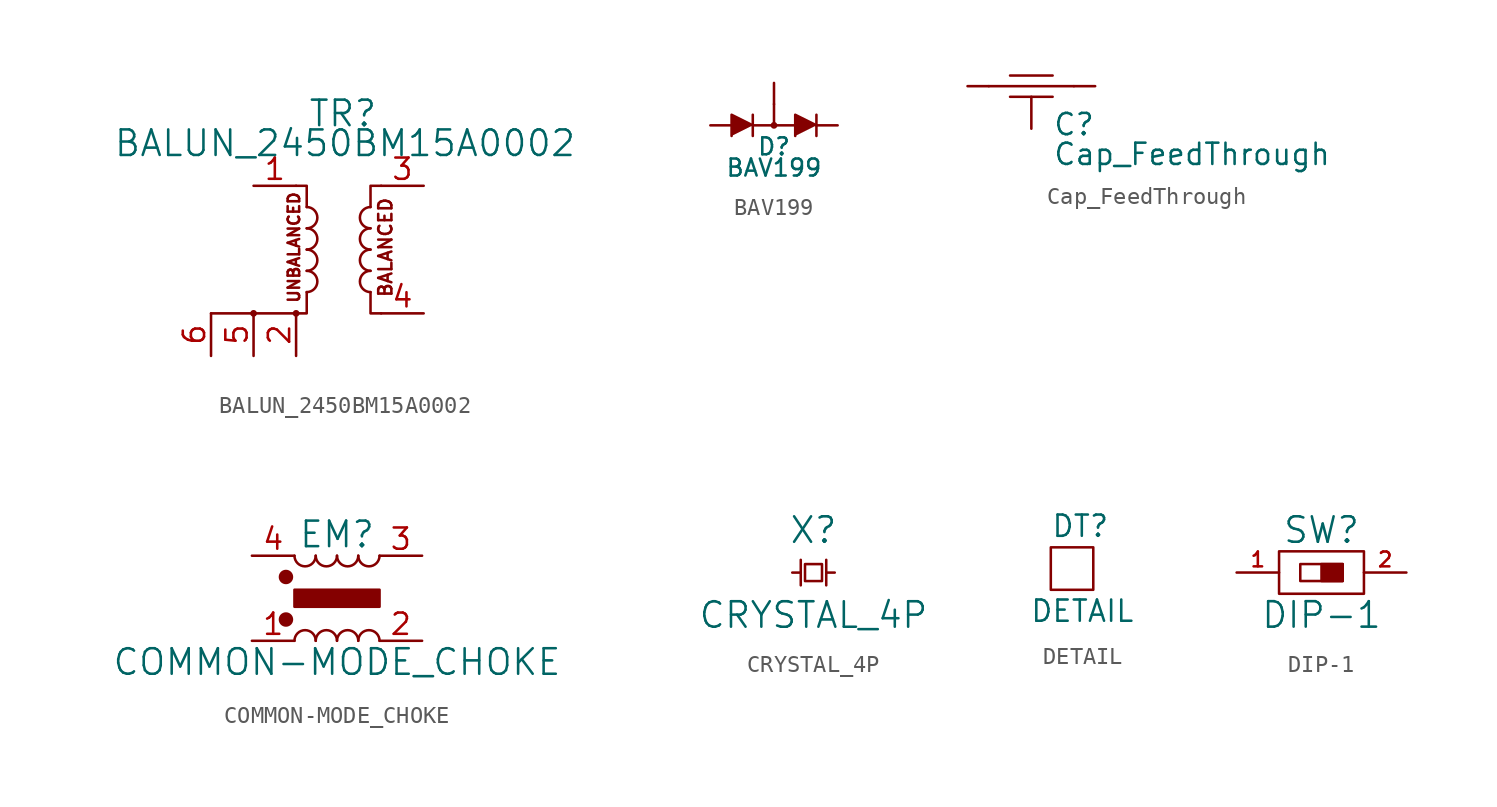
<source format=kicad_sym>
(kicad_symbol_lib
  (version 20220914)
  (generator kicad_symbol_editor)
  (symbol "BALUN_2450BM15A0002"
    (pin_names
      (offset 1.016))
    (property "Reference" "TR"
      (at 0.254 8.128 0)
      (effects (font (size 1.524 1.524))))
    (property "Value" "BALUN_2450BM15A0002"
      (at 0.381 6.35 0)
      (effects (font (size 1.524 1.524))))
    (property "Footprint" ""
      (at 0 0 0)
      (effects (font (size 1.524 1.524))))
    (property "Datasheet" ""
      (at 0 0 0)
      (effects (font (size 1.524 1.524))))
    (symbol "BALUN_2450BM15A0002_0_0"
      (text "BALANCED" (at 2.794 0.127 900) (effects (font (size 0.787 0.787)))))
    (symbol "BALUN_2450BM15A0002_0_1"
      (circle (center -5.08 -3.81) (radius 0.127) (stroke (width 0) (type solid)) (fill (type none)))
      (circle (center -2.54 -3.81) (radius 0.127) (stroke (width 0) (type solid)) (fill (type none)))
      (arc (start -1.905 -2.54) (mid -1.2727 -1.905) (end -1.905 -1.27) (stroke (width 0) (type solid)) (fill (type none)))
      (arc (start -1.905 -1.27) (mid -1.2727 -0.635) (end -1.905 0) (stroke (width 0) (type solid)) (fill (type none)))
      (arc (start -1.905 0) (mid -1.2727 0.635) (end -1.905 1.27) (stroke (width 0) (type solid)) (fill (type none)))
      (arc (start -1.905 1.27) (mid -1.2727 1.905) (end -1.905 2.54) (stroke (width 0) (type solid)) (fill (type none)))
      (polyline (pts (xy -2.54 -3.81) (xy -7.62 -3.81)) (stroke (width 0) (type solid)) (fill (type none)))
      (polyline (pts (xy -1.905 -2.54) (xy -1.905 -3.81) (xy -2.54 -3.81) (xy -2.54 -3.81)) (stroke (width 0) (type solid)) (fill (type none)))
      (polyline (pts (xy -1.905 2.54) (xy -1.905 3.81) (xy -2.54 3.81) (xy -2.54 3.81)) (stroke (width 0) (type solid)) (fill (type none)))
      (polyline (pts (xy 1.905 -2.54) (xy 1.905 -3.81) (xy 2.54 -3.81) (xy 2.54 -3.81)) (stroke (width 0) (type solid)) (fill (type none)))
      (polyline (pts (xy 1.905 2.54) (xy 1.905 3.81) (xy 2.54 3.81) (xy 2.54 3.81)) (stroke (width 0) (type solid)) (fill (type none)))
      (arc (start 1.905 -1.27) (mid 1.2727 -1.905) (end 1.905 -2.54) (stroke (width 0) (type solid)) (fill (type none)))
      (arc (start 1.905 0) (mid 1.2727 -0.635) (end 1.905 -1.27) (stroke (width 0) (type solid)) (fill (type none)))
      (arc (start 1.905 1.27) (mid 1.2727 0.635) (end 1.905 0) (stroke (width 0) (type solid)) (fill (type none)))
      (arc (start 1.905 2.54) (mid 1.2727 1.905) (end 1.905 1.27) (stroke (width 0) (type solid)) (fill (type none))))
    (symbol "BALUN_2450BM15A0002_1_0"
      (text "UNBALANCED" (at -2.667 0.127 900) (effects (font (size 0.686 0.686)))))
    (symbol "BALUN_2450BM15A0002_1_1"
      (pin input line (at -5.08 3.81 0) (length 2.54) (name "~" (effects (font (size 1.27 1.27)))) (number "1" (effects (font (size 1.27 1.27)))))
      (pin input line (at -2.54 -6.35 90) (length 2.54) (name "~" (effects (font (size 1.27 1.27)))) (number "2" (effects (font (size 1.27 1.27)))))
      (pin input line (at 5.08 3.81 180) (length 2.54) (name "~" (effects (font (size 1.27 1.27)))) (number "3" (effects (font (size 1.27 1.27)))))
      (pin input line (at 5.08 -3.81 180) (length 2.54) (name "~" (effects (font (size 1.27 1.27)))) (number "4" (effects (font (size 1.27 1.27)))))
      (pin input line (at -5.08 -6.35 90) (length 2.54) (name "~" (effects (font (size 1.27 1.27)))) (number "5" (effects (font (size 1.27 1.27)))))
      (pin input line (at -7.62 -6.35 90) (length 2.54) (name "~" (effects (font (size 1.27 1.27)))) (number "6" (effects (font (size 1.27 1.27)))))))
  (symbol "BAV199"
    (pin_numbers hide)
    (pin_names
      (offset 1.016) hide)
    (property "Reference" "D"
      (at 0 -1.27 0)
      (effects (font (size 1.016 1.016))))
    (property "Value" "BAV199"
      (at 0 -2.54 0)
      (effects (font (size 1.016 1.016))))
    (property "Footprint" ""
      (at 0 0 0)
      (effects (font (size 1.524 1.524))))
    (property "Datasheet" ""
      (at 0 0 0)
      (effects (font (size 1.524 1.524))))
    (symbol "BAV199_0_1"
      (polyline (pts (xy -1.27 0) (xy 1.27 0)) (stroke (width 0) (type solid)) (fill (type none)))
      (polyline (pts (xy 0 1.27) (xy 0 0)) (stroke (width 0) (type solid)) (fill (type none)))
      (polyline (pts (xy -1.27 -0.635) (xy -1.27 0.635) (xy -1.27 0.635)) (stroke (width 0) (type solid)) (fill (type none)))
      (polyline (pts (xy 2.54 -0.635) (xy 2.54 0.635) (xy 2.54 0.635)) (stroke (width 0) (type solid)) (fill (type none)))
      (polyline (pts (xy -1.27 0) (xy -2.54 0.635) (xy -2.54 -0.635) (xy -2.54 -0.635)) (stroke (width 0) (type solid)) (fill (type outline)))
      (polyline (pts (xy 2.54 0) (xy 1.27 0.635) (xy 1.27 -0.635) (xy 1.27 -0.635)) (stroke (width 0) (type solid)) (fill (type outline)))
      (circle (center 0 0) (radius 0.127) (stroke (width 0) (type solid)) (fill (type none))))
    (symbol "BAV199_1_1"
      (pin passive line (at -3.81 0 0) (length 1.27) (name "A" (effects (font (size 1.016 1.016)))) (number "1" (effects (font (size 1.016 1.016)))))
      (pin input line (at 0 2.54 270) (length 1.27) (name "KA" (effects (font (size 0.991 0.991)))) (number "2" (effects (font (size 0.991 0.991)))))
      (pin passive line (at 3.81 0 180) (length 1.27) (name "K" (effects (font (size 1.016 1.016)))) (number "3" (effects (font (size 1.016 1.016)))))))
  (symbol "Cap_FeedThrough"
    (pin_numbers hide)
    (pin_names
      (offset 0.254))
    (property "Reference" "C"
      (at 1.27 -2.286 0)
      (effects (font (size 1.27 1.27)) (justify left)))
    (property "Value" "Cap_FeedThrough"
      (at 1.27 -4.064 0)
      (effects (font (size 1.27 1.27)) (justify left)))
    (property "Footprint" ""
      (at 0 0 0)
      (effects (font (size 1.524 1.524))))
    (property "Datasheet" ""
      (at 0 0 0)
      (effects (font (size 1.524 1.524))))
    (symbol "Cap_FeedThrough_0_1"
      (polyline (pts (xy -2.54 0) (xy 2.54 0)) (stroke (width 0) (type solid)) (fill (type none)))
      (polyline (pts (xy -1.27 0.635) (xy 1.27 0.635) (xy 1.27 0.635)) (stroke (width 0) (type solid)) (fill (type none)))
      (polyline (pts (xy 1.27 -0.635) (xy -1.27 -0.635) (xy -1.27 -0.635)) (stroke (width 0) (type solid)) (fill (type none))))
    (symbol "Cap_FeedThrough_1_1"
      (pin passive line (at -3.81 0 0) (length 1.27) (name "~" (effects (font (size 1.016 1.016)))) (number "1" (effects (font (size 1.016 1.016)))))
      (pin passive line (at 3.81 0 180) (length 1.27) (name "~" (effects (font (size 1.016 1.016)))) (number "2" (effects (font (size 1.016 1.016)))))
      (pin passive line (at 0 -2.54 90) (length 1.905) (name "~" (effects (font (size 1.016 1.016)))) (number "3" (effects (font (size 1.016 1.016)))))))
  (symbol "COMMON-MODE_CHOKE"
    (pin_names
      (offset 1.016))
    (property "Reference" "EM"
      (at 0 3.81 0)
      (effects (font (size 1.524 1.524))))
    (property "Value" "COMMON-MODE_CHOKE"
      (at 0 -3.81 0)
      (effects (font (size 1.524 1.524))))
    (property "Footprint" ""
      (at 0 0 90)
      (effects (font (size 1.524 1.524))))
    (property "Datasheet" ""
      (at 0 0 0)
      (effects (font (size 1.524 1.524))))
    (symbol "COMMON-MODE_CHOKE_0_1"
      (circle (center -3.048 -1.27) (radius 0.356) (stroke (width 0) (type solid)) (fill (type outline)))
      (circle (center -3.048 1.27) (radius 0.356) (stroke (width 0) (type solid)) (fill (type outline)))
      (rectangle (start -2.54 -0.508) (end 2.54 0.508) (stroke (width 0) (type solid)) (fill (type outline)))
      (arc (start -2.54 2.54) (mid -1.905 1.9077) (end -1.27 2.54) (stroke (width 0) (type solid)) (fill (type none)))
      (arc (start -1.27 -2.54) (mid -1.905 -1.9077) (end -2.54 -2.54) (stroke (width 0) (type solid)) (fill (type none)))
      (arc (start -1.27 2.54) (mid -0.635 1.9077) (end 0 2.54) (stroke (width 0) (type solid)) (fill (type none)))
      (arc (start 0 -2.54) (mid -0.635 -1.9077) (end -1.27 -2.54) (stroke (width 0) (type solid)) (fill (type none)))
      (arc (start 0 2.54) (mid 0.635 1.9077) (end 1.27 2.54) (stroke (width 0) (type solid)) (fill (type none)))
      (arc (start 1.27 -2.54) (mid 0.635 -1.9077) (end 0 -2.54) (stroke (width 0) (type solid)) (fill (type none)))
      (arc (start 1.27 2.54) (mid 1.905 1.9077) (end 2.54 2.54) (stroke (width 0) (type solid)) (fill (type none)))
      (arc (start 2.54 -2.54) (mid 1.905 -1.9077) (end 1.27 -2.54) (stroke (width 0) (type solid)) (fill (type none))))
    (symbol "COMMON-MODE_CHOKE_1_1"
      (pin input line (at -5.08 -2.54 0) (length 2.54) (name "~" (effects (font (size 1.27 1.27)))) (number "1" (effects (font (size 1.27 1.27)))))
      (pin input line (at 5.08 -2.54 180) (length 2.54) (name "~" (effects (font (size 1.27 1.27)))) (number "2" (effects (font (size 1.27 1.27)))))
      (pin input line (at 5.08 2.54 180) (length 2.54) (name "~" (effects (font (size 1.27 1.27)))) (number "3" (effects (font (size 1.27 1.27)))))
      (pin input line (at -5.08 2.54 0) (length 2.54) (name "~" (effects (font (size 1.27 1.27)))) (number "4" (effects (font (size 1.27 1.27)))))))
  (symbol "CRYSTAL_4P"
    (pin_numbers hide)
    (pin_names
      (offset 1.016) hide)
    (property "Reference" "X"
      (at 0 2.54 0)
      (effects (font (size 1.524 1.524))))
    (property "Value" "CRYSTAL_4P"
      (at 0 -2.54 0)
      (effects (font (size 1.524 1.524))))
    (property "Footprint" ""
      (at 0 0 0)
      (effects (font (size 1.524 1.524))))
    (property "Datasheet" ""
      (at 0 0 0)
      (effects (font (size 1.524 1.524))))
    (symbol "CRYSTAL_4P_0_1"
      (rectangle (start -0.508 0.508) (end 0.508 -0.508) (stroke (width 0) (type solid)) (fill (type none)))
      (polyline (pts (xy -0.762 0.762) (xy -0.762 -0.762) (xy -0.762 -0.762)) (stroke (width 0) (type solid)) (fill (type none)))
      (polyline (pts (xy 0.762 0.762) (xy 0.762 -0.762) (xy 0.762 -0.762)) (stroke (width 0) (type solid)) (fill (type none))))
    (symbol "CRYSTAL_4P_1_1"
      (pin passive line (at -1.27 0 0) (length 0.508) (name "1" (effects (font (size 1.016 1.016)))) (number "1" (effects (font (size 1.016 1.016)))))
      (pin passive line (at 1.27 0 180) (length 0.508) (name "3" (effects (font (size 1.016 1.016)))) (number "3" (effects (font (size 1.016 1.016)))))))
  (symbol "DETAIL"
    (pin_numbers hide)
    (pin_names
      (offset 0.254))
    (property "Reference" "DT"
      (at -1.27 2.54 0)
      (effects (font (size 1.27 1.27)) (justify left)))
    (property "Value" "DETAIL"
      (at -2.54 -2.54 0)
      (effects (font (size 1.27 1.27)) (justify left)))
    (property "Footprint" ""
      (at 0 0 0)
      (effects (font (size 1.524 1.524))))
    (property "Datasheet" ""
      (at 0 0 0)
      (effects (font (size 1.524 1.524))))
    (symbol "DETAIL_0_1"
      (rectangle (start -1.27 1.27) (end 1.27 -1.27) (stroke (width 0) (type solid)) (fill (type none)))))
  (symbol "DIP-1"
    (pin_names
      (offset 0))
    (property "Reference" "SW"
      (at 0 2.54 0)
      (effects (font (size 1.524 1.524))))
    (property "Value" "DIP-1"
      (at 0 -2.54 0)
      (effects (font (size 1.524 1.524))))
    (property "Footprint" ""
      (at 0 0 0)
      (effects (font (size 1.524 1.524))))
    (property "Datasheet" ""
      (at 0 0 0)
      (effects (font (size 1.524 1.524))))
    (symbol "DIP-1_0_1"
      (rectangle (start -1.27 0.508) (end 1.27 -0.508) (stroke (width 0) (type solid)) (fill (type none)))
      (rectangle (start 0 0.508) (end 1.27 -0.508) (stroke (width 0) (type solid)) (fill (type outline)))
      (rectangle (start 2.54 1.27) (end -2.54 -1.27) (stroke (width 0) (type solid)) (fill (type none))))
    (symbol "DIP-1_1_1"
      (pin passive line (at -5.08 0 0) (length 2.54) (name "~" (effects (font (size 1.27 1.27)))) (number "1" (effects (font (size 0.889 0.889)))))
      (pin passive line (at 5.08 0 180) (length 2.54) (name "~" (effects (font (size 1.27 1.27)))) (number "2" (effects (font (size 0.889 0.889))))))))
</source>
